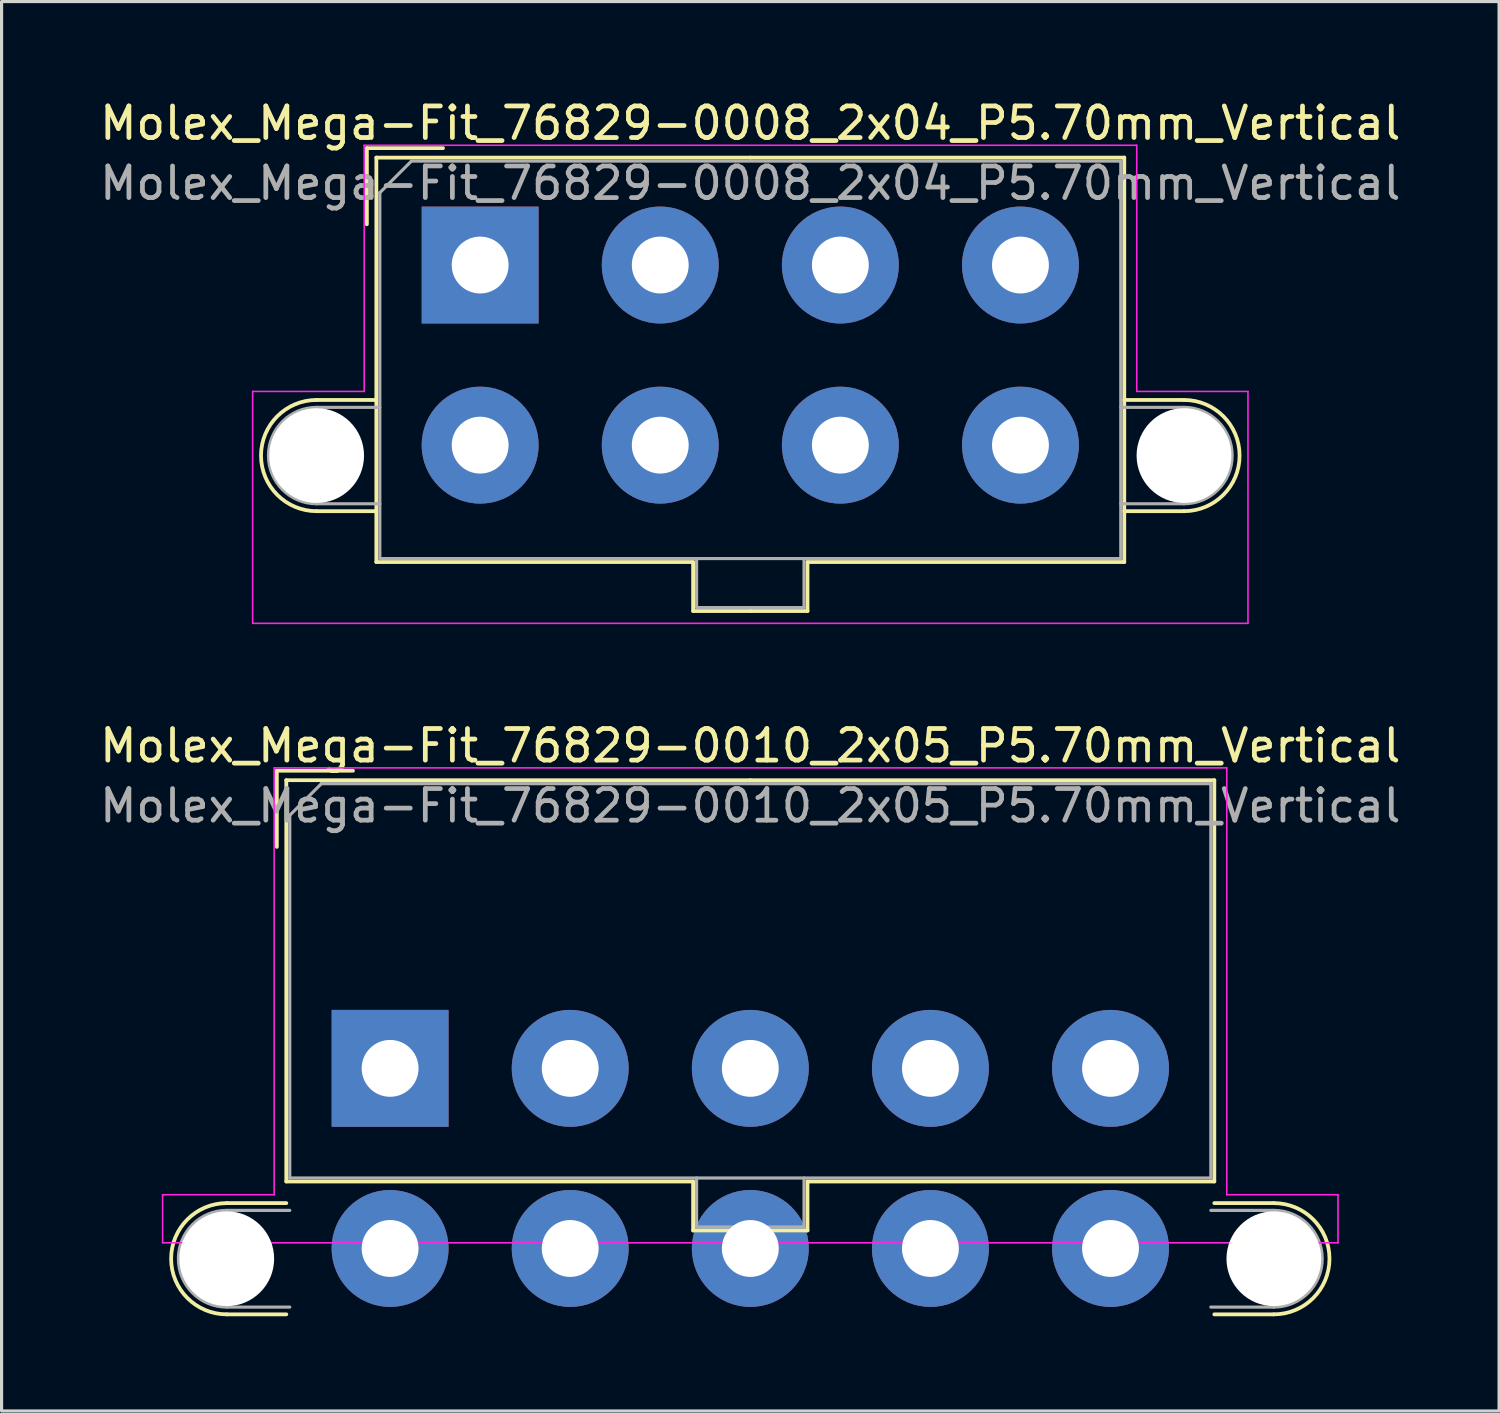
<source format=kicad_pcb>
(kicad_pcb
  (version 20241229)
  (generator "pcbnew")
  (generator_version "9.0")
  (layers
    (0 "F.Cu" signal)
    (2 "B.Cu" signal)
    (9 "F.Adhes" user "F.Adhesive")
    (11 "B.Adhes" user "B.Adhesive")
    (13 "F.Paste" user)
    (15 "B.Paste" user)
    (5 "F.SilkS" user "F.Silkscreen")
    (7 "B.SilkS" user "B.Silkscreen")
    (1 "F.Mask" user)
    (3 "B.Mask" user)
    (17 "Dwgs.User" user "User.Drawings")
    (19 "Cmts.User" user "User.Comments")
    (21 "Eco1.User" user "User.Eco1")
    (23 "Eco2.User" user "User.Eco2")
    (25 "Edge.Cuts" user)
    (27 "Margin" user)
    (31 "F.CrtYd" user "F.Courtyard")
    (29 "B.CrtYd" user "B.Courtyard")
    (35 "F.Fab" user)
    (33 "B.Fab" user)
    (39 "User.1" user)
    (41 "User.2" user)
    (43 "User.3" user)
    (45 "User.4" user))
  (footprint "Molex_Mega-Fit_76829-0010_2x05_P5.70mm_Vertical"
    (layer "F.Cu")
    (at 9.296 30.762)
    (property "Reference" "Molex_Mega-Fit_76829-0010_2x05_P5.70mm_Vertical" (at 11.4 -10.21 0) (layer "F.SilkS") (effects (font (size 1 1) (thickness 0.15))))
    (attr through_hole)
    (fp_line (start -5.17 4.265) (end -3.285 4.265) (stroke (width 0.12) (type solid)) (layer "F.SilkS"))
    (fp_line (start -5.17 7.785) (end -3.285 7.785) (stroke (width 0.12) (type solid)) (layer "F.SilkS"))
    (fp_line (start -3.585 -9.42) (end -1.175 -9.42) (stroke (width 0.12) (type solid)) (layer "F.SilkS"))
    (fp_line (start -3.585 -7.01) (end -3.585 -9.42) (stroke (width 0.12) (type solid)) (layer "F.SilkS"))
    (fp_line (start -3.285 -9.12) (end -3.285 3.58) (stroke (width 0.12) (type solid)) (layer "F.SilkS"))
    (fp_line (start -3.285 3.58) (end 9.59 3.58) (stroke (width 0.12) (type solid)) (layer "F.SilkS"))
    (fp_line (start 9.59 3.58) (end 9.59 5.13) (stroke (width 0.12) (type solid)) (layer "F.SilkS"))
    (fp_line (start 9.59 5.13) (end 11.4 5.13) (stroke (width 0.12) (type solid)) (layer "F.SilkS"))
    (fp_line (start 11.4 -9.12) (end -3.285 -9.12) (stroke (width 0.12) (type solid)) (layer "F.SilkS"))
    (fp_line (start 11.4 -9.12) (end 26.085 -9.12) (stroke (width 0.12) (type solid)) (layer "F.SilkS"))
    (fp_line (start 13.21 3.58) (end 13.21 5.13) (stroke (width 0.12) (type solid)) (layer "F.SilkS"))
    (fp_line (start 13.21 5.13) (end 11.4 5.13) (stroke (width 0.12) (type solid)) (layer "F.SilkS"))
    (fp_line (start 26.085 -9.12) (end 26.085 3.58) (stroke (width 0.12) (type solid)) (layer "F.SilkS"))
    (fp_line (start 26.085 3.58) (end 13.21 3.58) (stroke (width 0.12) (type solid)) (layer "F.SilkS"))
    (fp_line (start 27.97 4.265) (end 26.085 4.265) (stroke (width 0.12) (type solid)) (layer "F.SilkS"))
    (fp_line (start 27.97 7.785) (end 26.085 7.785) (stroke (width 0.12) (type solid)) (layer "F.SilkS"))
    (fp_arc (start -5.17 7.785) (mid -6.93 6.025) (end -5.17 4.265) (stroke (width 0.12) (type solid)) (layer "F.SilkS"))
    (fp_arc (start 27.97 4.265) (mid 29.73 6.025) (end 27.97 7.785) (stroke (width 0.12) (type solid)) (layer "F.SilkS"))
    (fp_line (start -7.2 4) (end -7.2 5.52) (stroke (width 0.05) (type solid)) (layer "F.CrtYd"))
    (fp_line (start -7.2 5.52) (end 30 5.52) (stroke (width 0.05) (type solid)) (layer "F.CrtYd"))
    (fp_line (start -3.67 -9.51) (end -3.67 4) (stroke (width 0.05) (type solid)) (layer "F.CrtYd"))
    (fp_line (start -3.67 4) (end -7.2 4) (stroke (width 0.05) (type solid)) (layer "F.CrtYd"))
    (fp_line (start 26.48 -9.51) (end -3.67 -9.51) (stroke (width 0.05) (type solid)) (layer "F.CrtYd"))
    (fp_line (start 26.48 4) (end 26.48 -9.51) (stroke (width 0.05) (type solid)) (layer "F.CrtYd"))
    (fp_line (start 30 4) (end 26.48 4) (stroke (width 0.05) (type solid)) (layer "F.CrtYd"))
    (fp_line (start 30 5.52) (end 30 4) (stroke (width 0.05) (type solid)) (layer "F.CrtYd"))
    (fp_line (start -5.17 4.495) (end -3.175 4.495) (stroke (width 0.1) (type solid)) (layer "F.Fab"))
    (fp_line (start -5.17 7.555) (end -3.175 7.555) (stroke (width 0.1) (type solid)) (layer "F.Fab"))
    (fp_line (start -3.175 -8.01) (end -3.175 3.47) (stroke (width 0.1) (type solid)) (layer "F.Fab"))
    (fp_line (start -3.175 3.47) (end 25.975 3.47) (stroke (width 0.1) (type solid)) (layer "F.Fab"))
    (fp_line (start -2.175 -9.01) (end -3.175 -8.01) (stroke (width 0.1) (type solid)) (layer "F.Fab"))
    (fp_line (start 9.7 3.47) (end 9.7 5.02) (stroke (width 0.1) (type solid)) (layer "F.Fab"))
    (fp_line (start 9.7 5.02) (end 13.1 5.02) (stroke (width 0.1) (type solid)) (layer "F.Fab"))
    (fp_line (start 13.1 5.02) (end 13.1 3.47) (stroke (width 0.1) (type solid)) (layer "F.Fab"))
    (fp_line (start 25.975 -9.01) (end -2.175 -9.01) (stroke (width 0.1) (type solid)) (layer "F.Fab"))
    (fp_line (start 25.975 3.47) (end 25.975 -9.01) (stroke (width 0.1) (type solid)) (layer "F.Fab"))
    (fp_line (start 27.97 4.495) (end 25.975 4.495) (stroke (width 0.1) (type solid)) (layer "F.Fab"))
    (fp_line (start 27.97 7.555) (end 25.975 7.555) (stroke (width 0.1) (type solid)) (layer "F.Fab"))
    (fp_arc (start -5.17 7.555) (mid -6.7 6.025) (end -5.17 4.495) (stroke (width 0.1) (type solid)) (layer "F.Fab"))
    (fp_arc (start 27.97 4.495) (mid 29.5 6.025) (end 27.97 7.555) (stroke (width 0.1) (type solid)) (layer "F.Fab"))
    (fp_text user "${REFERENCE}" (at 11.4 -8.31 0) (layer "F.Fab") (effects (font (size 1 1) (thickness 0.15))))
    (pad "" np_thru_hole circle (at -5.17 6.025) (size 3 3) (drill 3) (layers "*.Cu" "*.Mask"))
    (pad "" np_thru_hole circle (at 27.97 6.025) (size 3 3) (drill 3) (layers "*.Cu" "*.Mask"))
    (pad "1" thru_hole rect (at 0 0) (size 3.7 3.7) (drill 1.8) (layers "*.Cu" "*.Mask"))
    (pad "2" thru_hole circle (at 5.7 0) (size 3.7 3.7) (drill 1.8) (layers "*.Cu" "*.Mask"))
    (pad "3" thru_hole circle (at 11.4 0) (size 3.7 3.7) (drill 1.8) (layers "*.Cu" "*.Mask"))
    (pad "4" thru_hole circle (at 17.1 0) (size 3.7 3.7) (drill 1.8) (layers "*.Cu" "*.Mask"))
    (pad "5" thru_hole circle (at 22.8 0) (size 3.7 3.7) (drill 1.8) (layers "*.Cu" "*.Mask"))
    (pad "6" thru_hole circle (at 0 5.7) (size 3.7 3.7) (drill 1.8) (layers "*.Cu" "*.Mask"))
    (pad "7" thru_hole circle (at 5.7 5.7) (size 3.7 3.7) (drill 1.8) (layers "*.Cu" "*.Mask"))
    (pad "8" thru_hole circle (at 11.4 5.7) (size 3.7 3.7) (drill 1.8) (layers "*.Cu" "*.Mask"))
    (pad "9" thru_hole circle (at 17.1 5.7) (size 3.7 3.7) (drill 1.8) (layers "*.Cu" "*.Mask"))
    (pad "10" thru_hole circle (at 22.8 5.7) (size 3.7 3.7) (drill 1.8) (layers "*.Cu" "*.Mask")))
  (footprint "Molex_Mega-Fit_76829-0008_2x04_P5.70mm_Vertical"
    (layer "F.Cu")
    (at 12.146 5.338)
    (property "Reference" "Molex_Mega-Fit_76829-0008_2x04_P5.70mm_Vertical" (at 8.55 -4.49 0) (layer "F.SilkS") (effects (font (size 1 1) (thickness 0.15))))
    (attr through_hole)
    (fp_line (start -5.175 4.27) (end -3.285 4.27) (stroke (width 0.12) (type solid)) (layer "F.SilkS"))
    (fp_line (start -5.175 7.79) (end -3.285 7.79) (stroke (width 0.12) (type solid)) (layer "F.SilkS"))
    (fp_line (start -3.585 -3.7) (end -1.175 -3.7) (stroke (width 0.12) (type solid)) (layer "F.SilkS"))
    (fp_line (start -3.585 -1.29) (end -3.585 -3.7) (stroke (width 0.12) (type solid)) (layer "F.SilkS"))
    (fp_line (start -3.285 -3.4) (end -3.285 9.4) (stroke (width 0.12) (type solid)) (layer "F.SilkS"))
    (fp_line (start -3.285 9.4) (end 6.74 9.4) (stroke (width 0.12) (type solid)) (layer "F.SilkS"))
    (fp_line (start 6.74 9.4) (end 6.74 10.95) (stroke (width 0.12) (type solid)) (layer "F.SilkS"))
    (fp_line (start 6.74 10.95) (end 8.55 10.95) (stroke (width 0.12) (type solid)) (layer "F.SilkS"))
    (fp_line (start 8.55 -3.4) (end -3.285 -3.4) (stroke (width 0.12) (type solid)) (layer "F.SilkS"))
    (fp_line (start 8.55 -3.4) (end 20.385 -3.4) (stroke (width 0.12) (type solid)) (layer "F.SilkS"))
    (fp_line (start 10.36 9.4) (end 10.36 10.95) (stroke (width 0.12) (type solid)) (layer "F.SilkS"))
    (fp_line (start 10.36 10.95) (end 8.55 10.95) (stroke (width 0.12) (type solid)) (layer "F.SilkS"))
    (fp_line (start 20.385 -3.4) (end 20.385 9.4) (stroke (width 0.12) (type solid)) (layer "F.SilkS"))
    (fp_line (start 20.385 9.4) (end 10.36 9.4) (stroke (width 0.12) (type solid)) (layer "F.SilkS"))
    (fp_line (start 22.275 4.27) (end 20.385 4.27) (stroke (width 0.12) (type solid)) (layer "F.SilkS"))
    (fp_line (start 22.275 7.79) (end 20.385 7.79) (stroke (width 0.12) (type solid)) (layer "F.SilkS"))
    (fp_arc (start -5.175 7.79) (mid -6.935 6.03) (end -5.175 4.27) (stroke (width 0.12) (type solid)) (layer "F.SilkS"))
    (fp_arc (start 22.275 4.27) (mid 24.035 6.03) (end 22.275 7.79) (stroke (width 0.12) (type solid)) (layer "F.SilkS"))
    (fp_line (start -7.2 4) (end -7.2 11.34) (stroke (width 0.05) (type solid)) (layer "F.CrtYd"))
    (fp_line (start -7.2 11.34) (end 24.3 11.34) (stroke (width 0.05) (type solid)) (layer "F.CrtYd"))
    (fp_line (start -3.67 -3.79) (end -3.67 4) (stroke (width 0.05) (type solid)) (layer "F.CrtYd"))
    (fp_line (start -3.67 4) (end -7.2 4) (stroke (width 0.05) (type solid)) (layer "F.CrtYd"))
    (fp_line (start 20.78 -3.79) (end -3.67 -3.79) (stroke (width 0.05) (type solid)) (layer "F.CrtYd"))
    (fp_line (start 20.78 4) (end 20.78 -3.79) (stroke (width 0.05) (type solid)) (layer "F.CrtYd"))
    (fp_line (start 24.3 4) (end 20.78 4) (stroke (width 0.05) (type solid)) (layer "F.CrtYd"))
    (fp_line (start 24.3 11.34) (end 24.3 4) (stroke (width 0.05) (type solid)) (layer "F.CrtYd"))
    (fp_line (start -5.175 4.505) (end -3.175 4.505) (stroke (width 0.1) (type solid)) (layer "F.Fab"))
    (fp_line (start -5.175 7.555) (end -3.175 7.555) (stroke (width 0.1) (type solid)) (layer "F.Fab"))
    (fp_line (start -3.175 -2.29) (end -3.175 9.29) (stroke (width 0.1) (type solid)) (layer "F.Fab"))
    (fp_line (start -3.175 9.29) (end 20.275 9.29) (stroke (width 0.1) (type solid)) (layer "F.Fab"))
    (fp_line (start -2.175 -3.29) (end -3.175 -2.29) (stroke (width 0.1) (type solid)) (layer "F.Fab"))
    (fp_line (start 6.85 9.29) (end 6.85 10.84) (stroke (width 0.1) (type solid)) (layer "F.Fab"))
    (fp_line (start 6.85 10.84) (end 10.25 10.84) (stroke (width 0.1) (type solid)) (layer "F.Fab"))
    (fp_line (start 10.25 10.84) (end 10.25 9.29) (stroke (width 0.1) (type solid)) (layer "F.Fab"))
    (fp_line (start 20.275 -3.29) (end -2.175 -3.29) (stroke (width 0.1) (type solid)) (layer "F.Fab"))
    (fp_line (start 20.275 9.29) (end 20.275 -3.29) (stroke (width 0.1) (type solid)) (layer "F.Fab"))
    (fp_line (start 22.275 4.505) (end 20.275 4.505) (stroke (width 0.1) (type solid)) (layer "F.Fab"))
    (fp_line (start 22.275 7.555) (end 20.275 7.555) (stroke (width 0.1) (type solid)) (layer "F.Fab"))
    (fp_arc (start -5.175 7.555) (mid -6.7 6.03) (end -5.175 4.505) (stroke (width 0.1) (type solid)) (layer "F.Fab"))
    (fp_arc (start 22.275 4.505) (mid 23.8 6.03) (end 22.275 7.555) (stroke (width 0.1) (type solid)) (layer "F.Fab"))
    (fp_text user "${REFERENCE}" (at 8.55 -2.59 0) (layer "F.Fab") (effects (font (size 1 1) (thickness 0.15))))
    (pad "" np_thru_hole circle (at -5.175 6.03) (size 3 3) (drill 3) (layers "*.Cu" "*.Mask"))
    (pad "" np_thru_hole circle (at 22.275 6.03) (size 3 3) (drill 3) (layers "*.Cu" "*.Mask"))
    (pad "1" thru_hole rect (at 0 0) (size 3.7 3.7) (drill 1.8) (layers "*.Cu" "*.Mask"))
    (pad "2" thru_hole circle (at 5.7 0) (size 3.7 3.7) (drill 1.8) (layers "*.Cu" "*.Mask"))
    (pad "3" thru_hole circle (at 11.4 0) (size 3.7 3.7) (drill 1.8) (layers "*.Cu" "*.Mask"))
    (pad "4" thru_hole circle (at 17.1 0) (size 3.7 3.7) (drill 1.8) (layers "*.Cu" "*.Mask"))
    (pad "5" thru_hole circle (at 0 5.7) (size 3.7 3.7) (drill 1.8) (layers "*.Cu" "*.Mask"))
    (pad "6" thru_hole circle (at 5.7 5.7) (size 3.7 3.7) (drill 1.8) (layers "*.Cu" "*.Mask"))
    (pad "7" thru_hole circle (at 11.4 5.7) (size 3.7 3.7) (drill 1.8) (layers "*.Cu" "*.Mask"))
    (pad "8" thru_hole circle (at 17.1 5.7) (size 3.7 3.7) (drill 1.8) (layers "*.Cu" "*.Mask")))
  (gr_rect
    (start -3 -3)
    (end 44.393 41.606)
    (stroke (width 0.1) (type default))
    (fill no)
    (layer "Edge.Cuts")))
</source>
